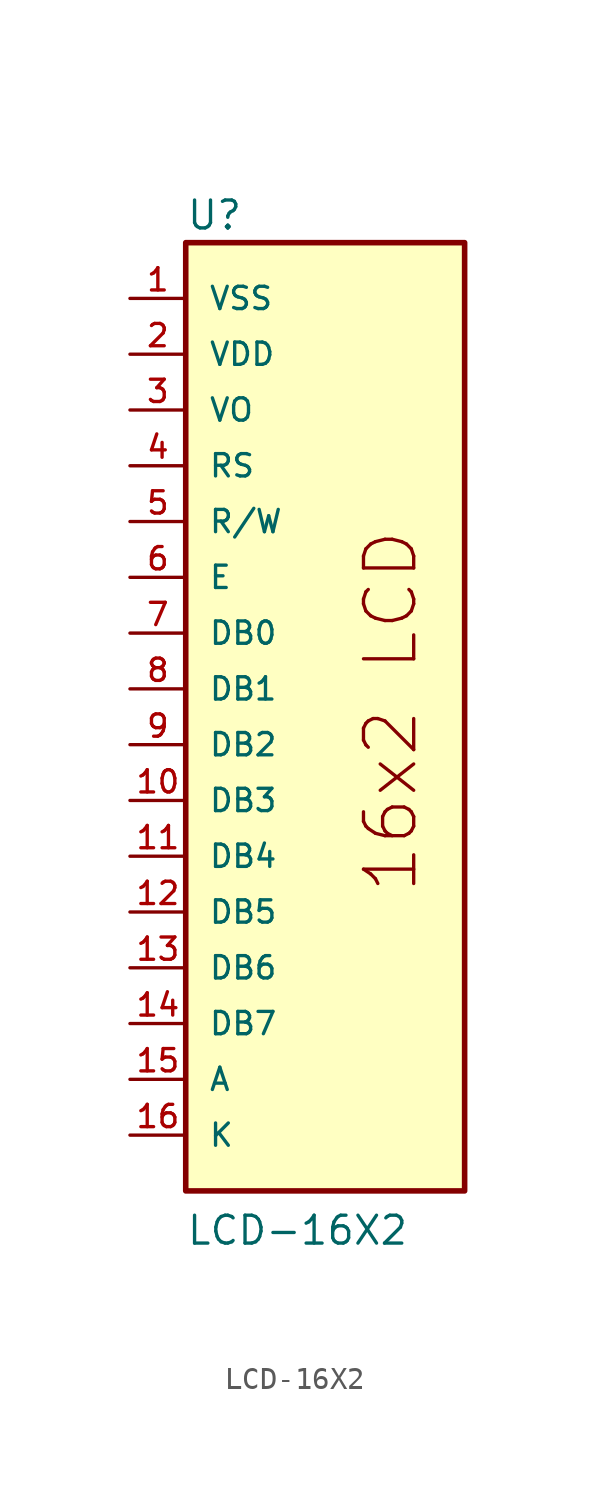
<source format=kicad_sym>
(kicad_symbol_lib
  (version 20211014)
  (generator kicad_symbol_editor)
  (symbol "LCD-16X2"
    (pin_names
      (offset 1.016))
    (property "Reference" "U"
      (at -7.62 23.368 0)
      (effects (font (size 1.27 1.27)) (justify bottom left)))
    (property "Value" "LCD-16X2"
      (at -7.62 -22.86 0)
      (effects (font (size 1.27 1.27)) (justify bottom left)))
    (symbol "LCD-16X2_0_0"
      (text "16x2 LCD" (at 3.048 -6.858 900) (effects (font (size 2.286 2.286)) (justify bottom left)))
      (rectangle (start -7.62 -20.32) (end 5.08 22.86) (stroke (width 0.254)) (fill (type background)))
      (pin power_in line (at -10.16 -15.24 0) (length 2.54) (name "A" (effects (font (size 1.016 1.016)))) (number "15" (effects (font (size 1.016 1.016)))))
      (pin bidirectional line (at -10.16 5.08 0) (length 2.54) (name "DB0" (effects (font (size 1.016 1.016)))) (number "7" (effects (font (size 1.016 1.016)))))
      (pin bidirectional line (at -10.16 2.54 0) (length 2.54) (name "DB1" (effects (font (size 1.016 1.016)))) (number "8" (effects (font (size 1.016 1.016)))))
      (pin bidirectional line (at -10.16 0.0 0) (length 2.54) (name "DB2" (effects (font (size 1.016 1.016)))) (number "9" (effects (font (size 1.016 1.016)))))
      (pin bidirectional line (at -10.16 -2.54 0) (length 2.54) (name "DB3" (effects (font (size 1.016 1.016)))) (number "10" (effects (font (size 1.016 1.016)))))
      (pin bidirectional line (at -10.16 -5.08 0) (length 2.54) (name "DB4" (effects (font (size 1.016 1.016)))) (number "11" (effects (font (size 1.016 1.016)))))
      (pin bidirectional line (at -10.16 -7.62 0) (length 2.54) (name "DB5" (effects (font (size 1.016 1.016)))) (number "12" (effects (font (size 1.016 1.016)))))
      (pin bidirectional line (at -10.16 -10.16 0) (length 2.54) (name "DB6" (effects (font (size 1.016 1.016)))) (number "13" (effects (font (size 1.016 1.016)))))
      (pin bidirectional line (at -10.16 -12.7 0) (length 2.54) (name "DB7" (effects (font (size 1.016 1.016)))) (number "14" (effects (font (size 1.016 1.016)))))
      (pin input line (at -10.16 7.62 0) (length 2.54) (name "E" (effects (font (size 1.016 1.016)))) (number "6" (effects (font (size 1.016 1.016)))))
      (pin power_in line (at -10.16 -17.78 0) (length 2.54) (name "K" (effects (font (size 1.016 1.016)))) (number "16" (effects (font (size 1.016 1.016)))))
      (pin input line (at -10.16 10.16 0) (length 2.54) (name "R/W" (effects (font (size 1.016 1.016)))) (number "5" (effects (font (size 1.016 1.016)))))
      (pin input line (at -10.16 12.7 0) (length 2.54) (name "RS" (effects (font (size 1.016 1.016)))) (number "4" (effects (font (size 1.016 1.016)))))
      (pin power_in line (at -10.16 17.78 0) (length 2.54) (name "VDD" (effects (font (size 1.016 1.016)))) (number "2" (effects (font (size 1.016 1.016)))))
      (pin bidirectional line (at -10.16 15.24 0) (length 2.54) (name "VO" (effects (font (size 1.016 1.016)))) (number "3" (effects (font (size 1.016 1.016)))))
      (pin power_in line (at -10.16 20.32 0) (length 2.54) (name "VSS" (effects (font (size 1.016 1.016)))) (number "1" (effects (font (size 1.016 1.016))))))))
</source>
